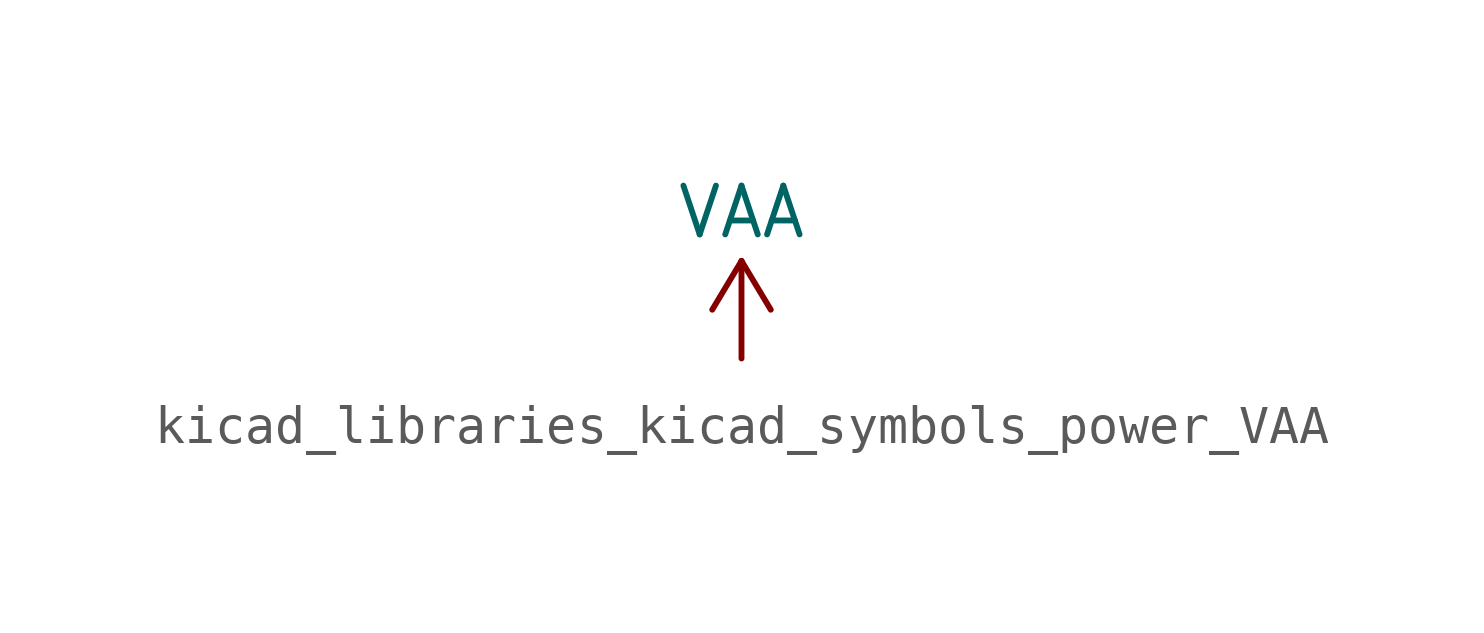
<source format=kicad_sym>
(kicad_symbol_lib
  (version 20220914)
  (generator kicad_symbol_editor)
  (symbol "kicad_libraries_kicad_symbols_power_VAA"
    (power)
    (pin_names
      (offset 0))
    (property "Reference" "#PWR"
      (at 0 -3.81 0)
      (effects (font (size 1.27 1.27)) hide))
    (property "Value" "VAA"
      (at 0 3.81 0)
      (effects (font (size 1.27 1.27))))
    (symbol "kicad_libraries_kicad_symbols_power_VAA_0_1"
      (polyline (pts (xy -0.762 1.27) (xy 0 2.54)) (stroke (width 0) (type default)) (fill (type none)))
      (polyline (pts (xy 0 0) (xy 0 2.54)) (stroke (width 0) (type default)) (fill (type none)))
      (polyline (pts (xy 0 2.54) (xy 0.762 1.27)) (stroke (width 0) (type default)) (fill (type none))))
    (symbol "kicad_libraries_kicad_symbols_power_VAA_1_1"
      (pin power_in line (at 0 0 90) (length 0) hide (name "VAA" (effects (font (size 1.27 1.27)))) (number "1" (effects (font (size 1.27 1.27))))))))
</source>
